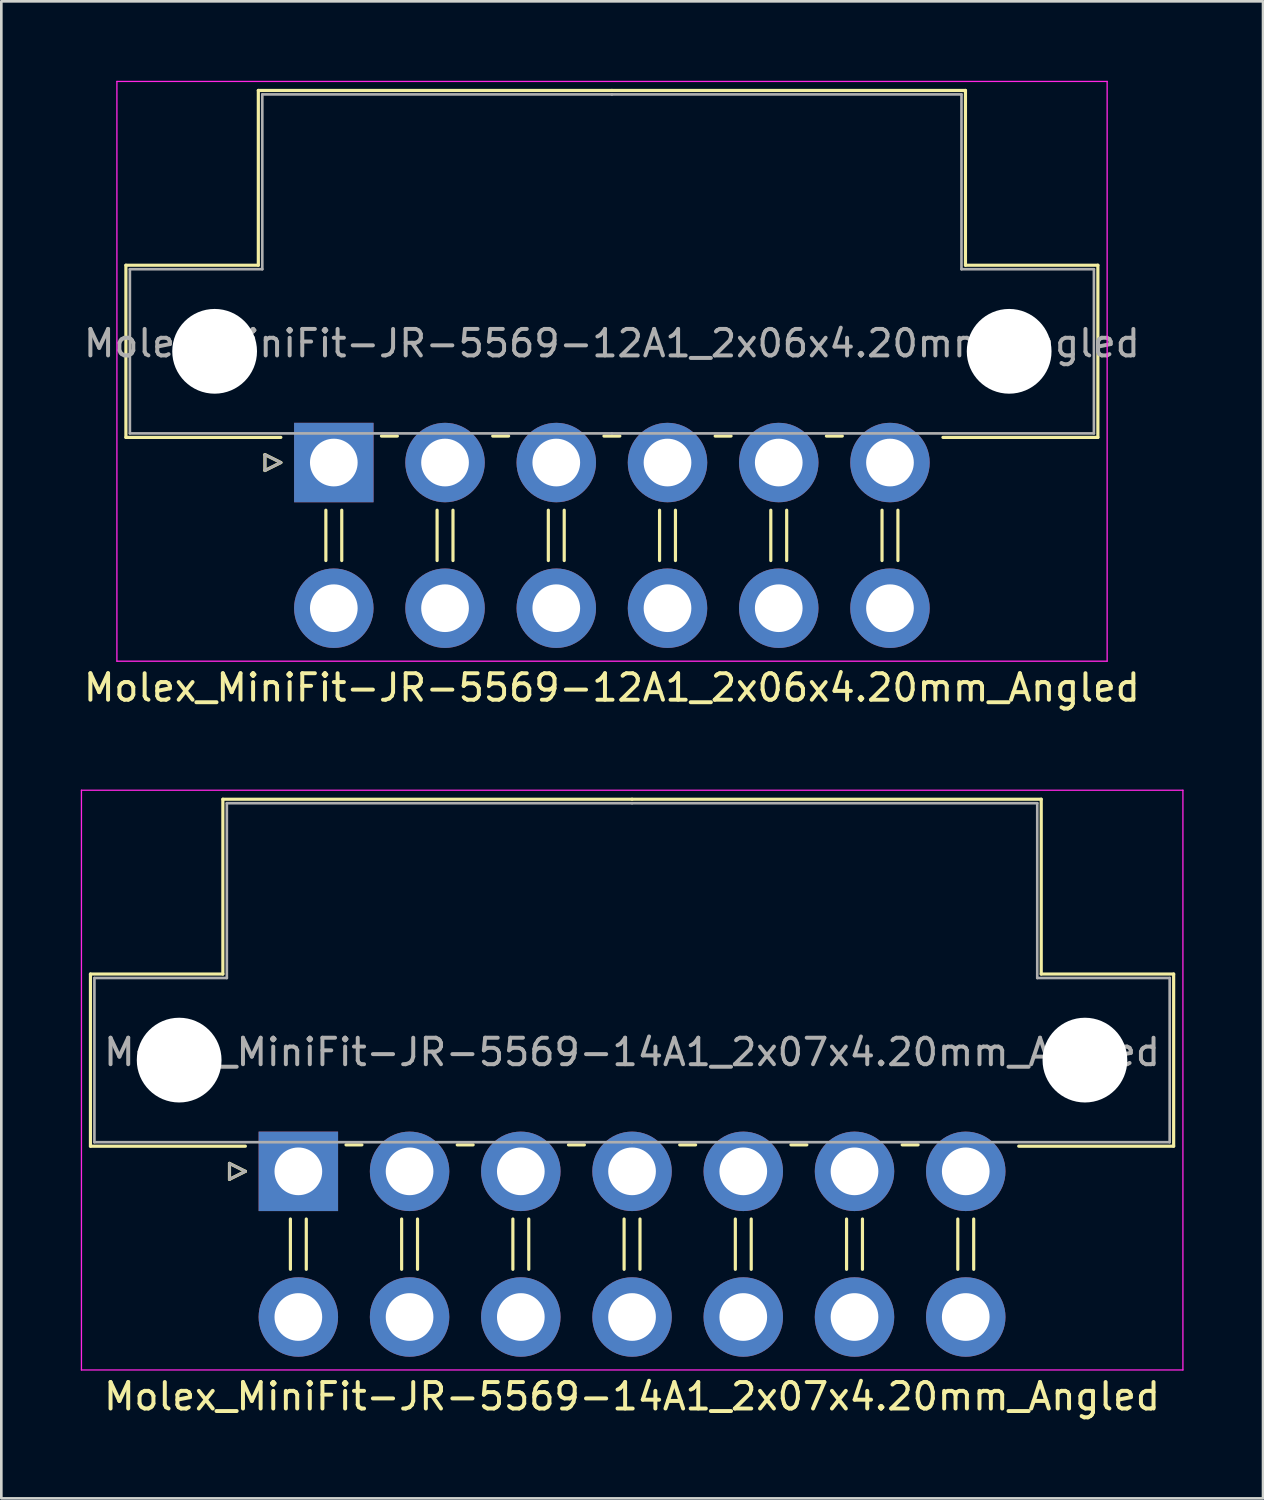
<source format=kicad_pcb>
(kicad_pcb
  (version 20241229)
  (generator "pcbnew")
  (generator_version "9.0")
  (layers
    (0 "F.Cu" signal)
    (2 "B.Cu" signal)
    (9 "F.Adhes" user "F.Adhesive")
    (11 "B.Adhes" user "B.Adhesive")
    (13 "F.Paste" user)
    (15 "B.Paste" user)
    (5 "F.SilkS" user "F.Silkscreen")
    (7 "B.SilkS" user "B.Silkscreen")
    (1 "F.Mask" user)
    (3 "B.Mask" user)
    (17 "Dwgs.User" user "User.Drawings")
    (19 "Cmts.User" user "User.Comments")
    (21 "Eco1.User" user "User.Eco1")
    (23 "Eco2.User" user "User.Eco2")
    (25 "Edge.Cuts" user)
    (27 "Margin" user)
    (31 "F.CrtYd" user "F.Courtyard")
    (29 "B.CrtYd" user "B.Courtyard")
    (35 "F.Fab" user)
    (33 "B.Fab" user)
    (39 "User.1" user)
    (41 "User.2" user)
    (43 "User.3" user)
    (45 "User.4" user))
  (footprint "Molex_MiniFit-JR-5569-12A1_2x06x4.20mm_Angled"
    (layer "F.Cu")
    (at 9.554 14.415)
    (property "Reference" "Molex_MiniFit-JR-5569-12A1_2x06x4.20mm_Angled" (at 10.5 8.5 0) (layer "F.SilkS") (effects (font (size 1 1) (thickness 0.15))))
    (attr through_hole)
    (fp_line (start -7.85 -7.45) (end -7.85 -0.95) (stroke (width 0.12) (type solid)) (layer "F.SilkS"))
    (fp_line (start -7.85 -0.95) (end -2 -0.95) (stroke (width 0.12) (type solid)) (layer "F.SilkS"))
    (fp_line (start -2.85 -14.05) (end -2.85 -7.45) (stroke (width 0.12) (type solid)) (layer "F.SilkS"))
    (fp_line (start -2.85 -7.45) (end -7.85 -7.45) (stroke (width 0.12) (type solid)) (layer "F.SilkS"))
    (fp_line (start -2.6 -0.3) (end -2 0) (stroke (width 0.12) (type solid)) (layer "F.SilkS"))
    (fp_line (start -2.6 0.3) (end -2.6 -0.3) (stroke (width 0.12) (type solid)) (layer "F.SilkS"))
    (fp_line (start -2 0) (end -2.6 0.3) (stroke (width 0.12) (type solid)) (layer "F.SilkS"))
    (fp_line (start -0.3 1.8) (end -0.3 3.7) (stroke (width 0.12) (type solid)) (layer "F.SilkS"))
    (fp_line (start 0.3 1.8) (end 0.3 3.7) (stroke (width 0.12) (type solid)) (layer "F.SilkS"))
    (fp_line (start 1.8 -1) (end 2.4 -1) (stroke (width 0.12) (type solid)) (layer "F.SilkS"))
    (fp_line (start 3.9 1.8) (end 3.9 3.7) (stroke (width 0.12) (type solid)) (layer "F.SilkS"))
    (fp_line (start 4.5 1.8) (end 4.5 3.7) (stroke (width 0.12) (type solid)) (layer "F.SilkS"))
    (fp_line (start 6 -1) (end 6.6 -1) (stroke (width 0.12) (type solid)) (layer "F.SilkS"))
    (fp_line (start 8.1 1.8) (end 8.1 3.7) (stroke (width 0.12) (type solid)) (layer "F.SilkS"))
    (fp_line (start 8.7 1.8) (end 8.7 3.7) (stroke (width 0.12) (type solid)) (layer "F.SilkS"))
    (fp_line (start 10.2 -1) (end 10.8 -1) (stroke (width 0.12) (type solid)) (layer "F.SilkS"))
    (fp_line (start 10.5 -14.05) (end -2.85 -14.05) (stroke (width 0.12) (type solid)) (layer "F.SilkS"))
    (fp_line (start 10.5 -14.05) (end 23.85 -14.05) (stroke (width 0.12) (type solid)) (layer "F.SilkS"))
    (fp_line (start 12.3 1.8) (end 12.3 3.7) (stroke (width 0.12) (type solid)) (layer "F.SilkS"))
    (fp_line (start 12.9 1.8) (end 12.9 3.7) (stroke (width 0.12) (type solid)) (layer "F.SilkS"))
    (fp_line (start 14.4 -1) (end 15 -1) (stroke (width 0.12) (type solid)) (layer "F.SilkS"))
    (fp_line (start 16.5 1.8) (end 16.5 3.7) (stroke (width 0.12) (type solid)) (layer "F.SilkS"))
    (fp_line (start 17.1 1.8) (end 17.1 3.7) (stroke (width 0.12) (type solid)) (layer "F.SilkS"))
    (fp_line (start 18.6 -1) (end 19.2 -1) (stroke (width 0.12) (type solid)) (layer "F.SilkS"))
    (fp_line (start 20.7 1.8) (end 20.7 3.7) (stroke (width 0.12) (type solid)) (layer "F.SilkS"))
    (fp_line (start 21.3 1.8) (end 21.3 3.7) (stroke (width 0.12) (type solid)) (layer "F.SilkS"))
    (fp_line (start 23.85 -14.05) (end 23.85 -7.45) (stroke (width 0.12) (type solid)) (layer "F.SilkS"))
    (fp_line (start 23.85 -7.45) (end 28.85 -7.45) (stroke (width 0.12) (type solid)) (layer "F.SilkS"))
    (fp_line (start 28.85 -7.45) (end 28.85 -0.95) (stroke (width 0.12) (type solid)) (layer "F.SilkS"))
    (fp_line (start 28.85 -0.95) (end 23 -0.95) (stroke (width 0.12) (type solid)) (layer "F.SilkS"))
    (fp_line (start -8.19 -14.39) (end -8.19 7.5) (stroke (width 0.05) (type solid)) (layer "F.CrtYd"))
    (fp_line (start -8.19 7.5) (end 29.2 7.5) (stroke (width 0.05) (type solid)) (layer "F.CrtYd"))
    (fp_line (start 29.2 -14.39) (end -8.19 -14.39) (stroke (width 0.05) (type solid)) (layer "F.CrtYd"))
    (fp_line (start 29.2 7.5) (end 29.2 -14.39) (stroke (width 0.05) (type solid)) (layer "F.CrtYd"))
    (fp_line (start -7.7 -7.3) (end -7.7 -1.1) (stroke (width 0.1) (type solid)) (layer "F.Fab"))
    (fp_line (start -7.7 -1.1) (end 10.5 -1.1) (stroke (width 0.1) (type solid)) (layer "F.Fab"))
    (fp_line (start -2.7 -13.9) (end -2.7 -7.3) (stroke (width 0.1) (type solid)) (layer "F.Fab"))
    (fp_line (start -2.7 -7.3) (end -7.7 -7.3) (stroke (width 0.1) (type solid)) (layer "F.Fab"))
    (fp_line (start -2.6 -0.3) (end -2 0) (stroke (width 0.1) (type solid)) (layer "F.Fab"))
    (fp_line (start -2.6 0.3) (end -2.6 -0.3) (stroke (width 0.1) (type solid)) (layer "F.Fab"))
    (fp_line (start -2 0) (end -2.6 0.3) (stroke (width 0.1) (type solid)) (layer "F.Fab"))
    (fp_line (start 10.5 -13.9) (end -2.7 -13.9) (stroke (width 0.1) (type solid)) (layer "F.Fab"))
    (fp_line (start 10.5 -13.9) (end 23.7 -13.9) (stroke (width 0.1) (type solid)) (layer "F.Fab"))
    (fp_line (start 23.7 -13.9) (end 23.7 -7.3) (stroke (width 0.1) (type solid)) (layer "F.Fab"))
    (fp_line (start 23.7 -7.3) (end 28.7 -7.3) (stroke (width 0.1) (type solid)) (layer "F.Fab"))
    (fp_line (start 28.7 -7.3) (end 28.7 -1.1) (stroke (width 0.1) (type solid)) (layer "F.Fab"))
    (fp_line (start 28.7 -1.1) (end 10.5 -1.1) (stroke (width 0.1) (type solid)) (layer "F.Fab"))
    (fp_text user "${REFERENCE}" (at 10.5 -4.5 0) (layer "F.Fab") (effects (font (size 1 1) (thickness 0.15))))
    (pad "" np_thru_hole circle (at -4.5 -4.2) (size 3.2 3.2) (drill 3.2) (layers "*.Cu" "*.Mask"))
    (pad "" np_thru_hole circle (at 25.5 -4.2) (size 3.2 3.2) (drill 3.2) (layers "*.Cu" "*.Mask"))
    (pad "1" thru_hole rect (at 0 0) (size 3 3) (drill 1.8) (layers "*.Cu" "*.Mask"))
    (pad "2" thru_hole circle (at 4.2 0) (size 3 3) (drill 1.8) (layers "*.Cu" "*.Mask"))
    (pad "3" thru_hole circle (at 8.4 0) (size 3 3) (drill 1.8) (layers "*.Cu" "*.Mask"))
    (pad "4" thru_hole circle (at 12.6 0) (size 3 3) (drill 1.8) (layers "*.Cu" "*.Mask"))
    (pad "5" thru_hole circle (at 16.8 0) (size 3 3) (drill 1.8) (layers "*.Cu" "*.Mask"))
    (pad "6" thru_hole circle (at 21 0) (size 3 3) (drill 1.8) (layers "*.Cu" "*.Mask"))
    (pad "7" thru_hole circle (at 0 5.5) (size 3 3) (drill 1.8) (layers "*.Cu" "*.Mask"))
    (pad "8" thru_hole circle (at 4.2 5.5) (size 3 3) (drill 1.8) (layers "*.Cu" "*.Mask"))
    (pad "9" thru_hole circle (at 8.4 5.5) (size 3 3) (drill 1.8) (layers "*.Cu" "*.Mask"))
    (pad "10" thru_hole circle (at 12.6 5.5) (size 3 3) (drill 1.8) (layers "*.Cu" "*.Mask"))
    (pad "11" thru_hole circle (at 16.8 5.5) (size 3 3) (drill 1.8) (layers "*.Cu" "*.Mask"))
    (pad "12" thru_hole circle (at 21 5.5) (size 3 3) (drill 1.8) (layers "*.Cu" "*.Mask")))
  (footprint "Molex_MiniFit-JR-5569-14A1_2x07x4.20mm_Angled"
    (layer "F.Cu")
    (at 8.215 41.178)
    (property "Reference" "Molex_MiniFit-JR-5569-14A1_2x07x4.20mm_Angled" (at 12.6 8.5 0) (layer "F.SilkS") (effects (font (size 1 1) (thickness 0.15))))
    (attr through_hole)
    (fp_line (start -7.85 -7.45) (end -7.85 -0.95) (stroke (width 0.12) (type solid)) (layer "F.SilkS"))
    (fp_line (start -7.85 -0.95) (end -2 -0.95) (stroke (width 0.12) (type solid)) (layer "F.SilkS"))
    (fp_line (start -2.85 -14.05) (end -2.85 -7.45) (stroke (width 0.12) (type solid)) (layer "F.SilkS"))
    (fp_line (start -2.85 -7.45) (end -7.85 -7.45) (stroke (width 0.12) (type solid)) (layer "F.SilkS"))
    (fp_line (start -2.6 -0.3) (end -2 0) (stroke (width 0.12) (type solid)) (layer "F.SilkS"))
    (fp_line (start -2.6 0.3) (end -2.6 -0.3) (stroke (width 0.12) (type solid)) (layer "F.SilkS"))
    (fp_line (start -2 0) (end -2.6 0.3) (stroke (width 0.12) (type solid)) (layer "F.SilkS"))
    (fp_line (start -0.3 1.8) (end -0.3 3.7) (stroke (width 0.12) (type solid)) (layer "F.SilkS"))
    (fp_line (start 0.3 1.8) (end 0.3 3.7) (stroke (width 0.12) (type solid)) (layer "F.SilkS"))
    (fp_line (start 1.8 -1) (end 2.4 -1) (stroke (width 0.12) (type solid)) (layer "F.SilkS"))
    (fp_line (start 3.9 1.8) (end 3.9 3.7) (stroke (width 0.12) (type solid)) (layer "F.SilkS"))
    (fp_line (start 4.5 1.8) (end 4.5 3.7) (stroke (width 0.12) (type solid)) (layer "F.SilkS"))
    (fp_line (start 6 -1) (end 6.6 -1) (stroke (width 0.12) (type solid)) (layer "F.SilkS"))
    (fp_line (start 8.1 1.8) (end 8.1 3.7) (stroke (width 0.12) (type solid)) (layer "F.SilkS"))
    (fp_line (start 8.7 1.8) (end 8.7 3.7) (stroke (width 0.12) (type solid)) (layer "F.SilkS"))
    (fp_line (start 10.2 -1) (end 10.8 -1) (stroke (width 0.12) (type solid)) (layer "F.SilkS"))
    (fp_line (start 12.3 1.8) (end 12.3 3.7) (stroke (width 0.12) (type solid)) (layer "F.SilkS"))
    (fp_line (start 12.6 -14.05) (end -2.85 -14.05) (stroke (width 0.12) (type solid)) (layer "F.SilkS"))
    (fp_line (start 12.6 -14.05) (end 28.05 -14.05) (stroke (width 0.12) (type solid)) (layer "F.SilkS"))
    (fp_line (start 12.9 1.8) (end 12.9 3.7) (stroke (width 0.12) (type solid)) (layer "F.SilkS"))
    (fp_line (start 14.4 -1) (end 15 -1) (stroke (width 0.12) (type solid)) (layer "F.SilkS"))
    (fp_line (start 16.5 1.8) (end 16.5 3.7) (stroke (width 0.12) (type solid)) (layer "F.SilkS"))
    (fp_line (start 17.1 1.8) (end 17.1 3.7) (stroke (width 0.12) (type solid)) (layer "F.SilkS"))
    (fp_line (start 18.6 -1) (end 19.2 -1) (stroke (width 0.12) (type solid)) (layer "F.SilkS"))
    (fp_line (start 20.7 1.8) (end 20.7 3.7) (stroke (width 0.12) (type solid)) (layer "F.SilkS"))
    (fp_line (start 21.3 1.8) (end 21.3 3.7) (stroke (width 0.12) (type solid)) (layer "F.SilkS"))
    (fp_line (start 22.8 -1) (end 23.4 -1) (stroke (width 0.12) (type solid)) (layer "F.SilkS"))
    (fp_line (start 24.9 1.8) (end 24.9 3.7) (stroke (width 0.12) (type solid)) (layer "F.SilkS"))
    (fp_line (start 25.5 1.8) (end 25.5 3.7) (stroke (width 0.12) (type solid)) (layer "F.SilkS"))
    (fp_line (start 28.05 -14.05) (end 28.05 -7.45) (stroke (width 0.12) (type solid)) (layer "F.SilkS"))
    (fp_line (start 28.05 -7.45) (end 33.05 -7.45) (stroke (width 0.12) (type solid)) (layer "F.SilkS"))
    (fp_line (start 33.05 -7.45) (end 33.05 -0.95) (stroke (width 0.12) (type solid)) (layer "F.SilkS"))
    (fp_line (start 33.05 -0.95) (end 27.2 -0.95) (stroke (width 0.12) (type solid)) (layer "F.SilkS"))
    (fp_line (start -8.19 -14.39) (end -8.19 7.5) (stroke (width 0.05) (type solid)) (layer "F.CrtYd"))
    (fp_line (start -8.19 7.5) (end 33.4 7.5) (stroke (width 0.05) (type solid)) (layer "F.CrtYd"))
    (fp_line (start 33.4 -14.39) (end -8.19 -14.39) (stroke (width 0.05) (type solid)) (layer "F.CrtYd"))
    (fp_line (start 33.4 7.5) (end 33.4 -14.39) (stroke (width 0.05) (type solid)) (layer "F.CrtYd"))
    (fp_line (start -7.7 -7.3) (end -7.7 -1.1) (stroke (width 0.1) (type solid)) (layer "F.Fab"))
    (fp_line (start -7.7 -1.1) (end 12.6 -1.1) (stroke (width 0.1) (type solid)) (layer "F.Fab"))
    (fp_line (start -2.7 -13.9) (end -2.7 -7.3) (stroke (width 0.1) (type solid)) (layer "F.Fab"))
    (fp_line (start -2.7 -7.3) (end -7.7 -7.3) (stroke (width 0.1) (type solid)) (layer "F.Fab"))
    (fp_line (start -2.6 -0.3) (end -2 0) (stroke (width 0.1) (type solid)) (layer "F.Fab"))
    (fp_line (start -2.6 0.3) (end -2.6 -0.3) (stroke (width 0.1) (type solid)) (layer "F.Fab"))
    (fp_line (start -2 0) (end -2.6 0.3) (stroke (width 0.1) (type solid)) (layer "F.Fab"))
    (fp_line (start 12.6 -13.9) (end -2.7 -13.9) (stroke (width 0.1) (type solid)) (layer "F.Fab"))
    (fp_line (start 12.6 -13.9) (end 27.9 -13.9) (stroke (width 0.1) (type solid)) (layer "F.Fab"))
    (fp_line (start 27.9 -13.9) (end 27.9 -7.3) (stroke (width 0.1) (type solid)) (layer "F.Fab"))
    (fp_line (start 27.9 -7.3) (end 32.9 -7.3) (stroke (width 0.1) (type solid)) (layer "F.Fab"))
    (fp_line (start 32.9 -7.3) (end 32.9 -1.1) (stroke (width 0.1) (type solid)) (layer "F.Fab"))
    (fp_line (start 32.9 -1.1) (end 12.6 -1.1) (stroke (width 0.1) (type solid)) (layer "F.Fab"))
    (fp_text user "${REFERENCE}" (at 12.6 -4.5 0) (layer "F.Fab") (effects (font (size 1 1) (thickness 0.15))))
    (pad "" np_thru_hole circle (at -4.5 -4.2) (size 3.2 3.2) (drill 3.2) (layers "*.Cu" "*.Mask"))
    (pad "" np_thru_hole circle (at 29.7 -4.2) (size 3.2 3.2) (drill 3.2) (layers "*.Cu" "*.Mask"))
    (pad "1" thru_hole rect (at 0 0) (size 3 3) (drill 1.8) (layers "*.Cu" "*.Mask"))
    (pad "2" thru_hole circle (at 4.2 0) (size 3 3) (drill 1.8) (layers "*.Cu" "*.Mask"))
    (pad "3" thru_hole circle (at 8.4 0) (size 3 3) (drill 1.8) (layers "*.Cu" "*.Mask"))
    (pad "4" thru_hole circle (at 12.6 0) (size 3 3) (drill 1.8) (layers "*.Cu" "*.Mask"))
    (pad "5" thru_hole circle (at 16.8 0) (size 3 3) (drill 1.8) (layers "*.Cu" "*.Mask"))
    (pad "6" thru_hole circle (at 21 0) (size 3 3) (drill 1.8) (layers "*.Cu" "*.Mask"))
    (pad "7" thru_hole circle (at 25.2 0) (size 3 3) (drill 1.8) (layers "*.Cu" "*.Mask"))
    (pad "8" thru_hole circle (at 0 5.5) (size 3 3) (drill 1.8) (layers "*.Cu" "*.Mask"))
    (pad "9" thru_hole circle (at 4.2 5.5) (size 3 3) (drill 1.8) (layers "*.Cu" "*.Mask"))
    (pad "10" thru_hole circle (at 8.4 5.5) (size 3 3) (drill 1.8) (layers "*.Cu" "*.Mask"))
    (pad "11" thru_hole circle (at 12.6 5.5) (size 3 3) (drill 1.8) (layers "*.Cu" "*.Mask"))
    (pad "12" thru_hole circle (at 16.8 5.5) (size 3 3) (drill 1.8) (layers "*.Cu" "*.Mask"))
    (pad "13" thru_hole circle (at 21 5.5) (size 3 3) (drill 1.8) (layers "*.Cu" "*.Mask"))
    (pad "14" thru_hole circle (at 25.2 5.5) (size 3 3) (drill 1.8) (layers "*.Cu" "*.Mask")))
  (gr_rect
    (start -3 -3)
    (end 44.64 53.526)
    (stroke (width 0.1) (type default))
    (fill no)
    (layer "Edge.Cuts")))
</source>
